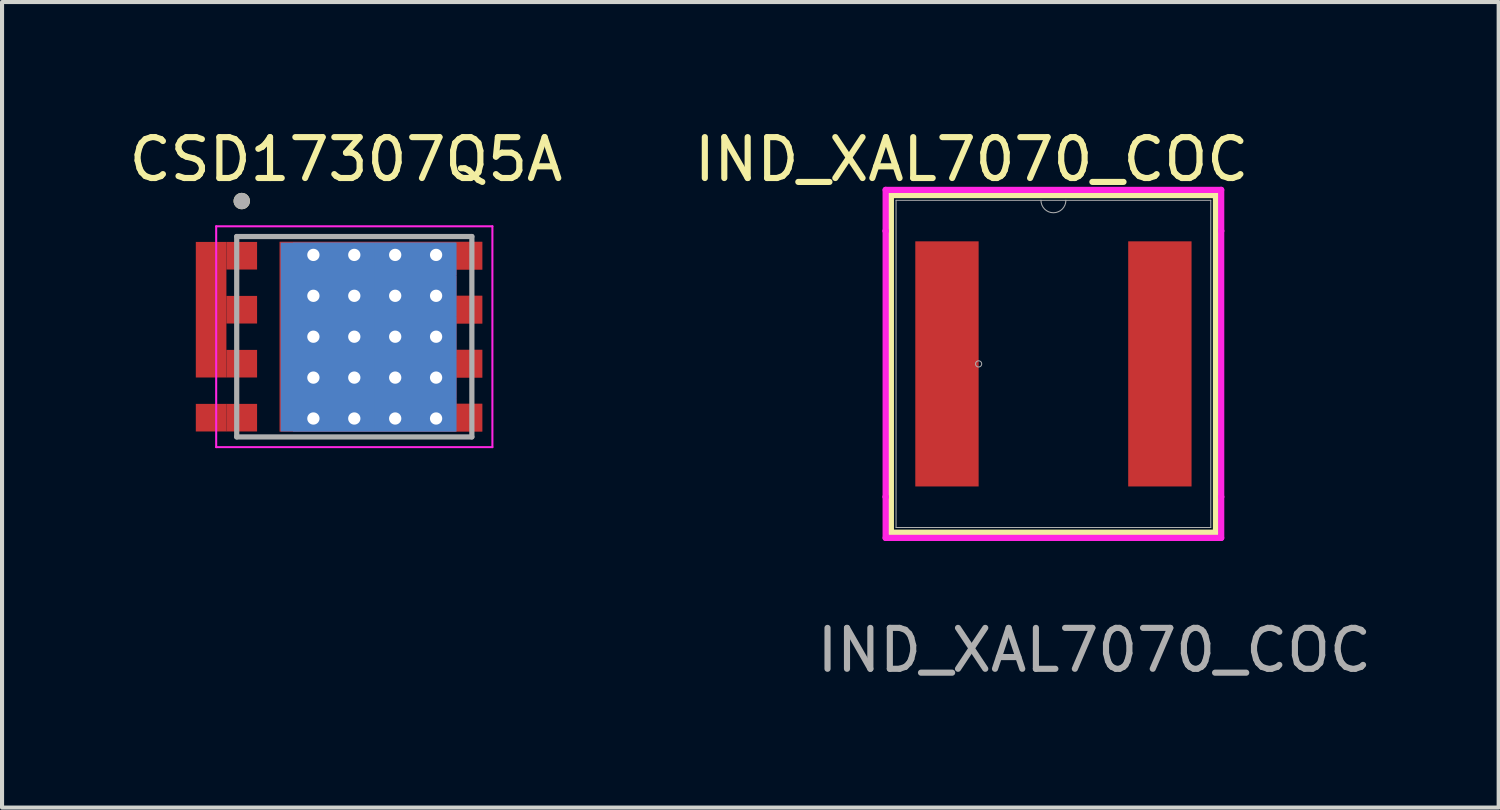
<source format=kicad_pcb>
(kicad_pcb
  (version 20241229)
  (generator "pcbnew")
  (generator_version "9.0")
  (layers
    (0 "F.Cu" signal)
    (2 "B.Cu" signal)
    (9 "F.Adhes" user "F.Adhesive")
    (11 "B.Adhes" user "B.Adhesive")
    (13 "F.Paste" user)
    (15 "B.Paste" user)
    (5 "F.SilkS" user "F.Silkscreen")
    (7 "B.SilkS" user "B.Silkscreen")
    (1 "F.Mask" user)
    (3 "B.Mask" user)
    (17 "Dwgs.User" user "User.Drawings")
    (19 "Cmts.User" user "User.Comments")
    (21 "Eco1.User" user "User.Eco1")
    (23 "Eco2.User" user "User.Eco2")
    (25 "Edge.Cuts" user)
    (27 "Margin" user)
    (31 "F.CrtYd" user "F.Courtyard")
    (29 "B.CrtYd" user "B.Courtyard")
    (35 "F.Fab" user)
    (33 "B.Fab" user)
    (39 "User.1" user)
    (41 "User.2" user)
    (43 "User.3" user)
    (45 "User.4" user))
  (footprint "IND_XAL7070_COC"
    (layer "F.Cu")
    (at 22.708 5.848)
    (property "Reference" "IND_XAL7070_COC" (at -2 -5 0) (unlocked yes) (layer "F.SilkS") (effects (font (size 1 1) (thickness 0.15))))
    (attr smd)
    (fp_line (start -3.975 -4.128) (end -3.975 4.128) (stroke (width 0.152) (type solid)) (layer "F.SilkS"))
    (fp_line (start -3.975 4.128) (end 3.975 4.128) (stroke (width 0.152) (type solid)) (layer "F.SilkS"))
    (fp_line (start 3.975 -4.128) (end -3.975 -4.128) (stroke (width 0.152) (type solid)) (layer "F.SilkS"))
    (fp_line (start 3.975 4.128) (end 3.975 -4.128) (stroke (width 0.152) (type solid)) (layer "F.SilkS"))
    (fp_line (start -4.102 -4.255) (end 4.102 -4.255) (stroke (width 0.152) (type solid)) (layer "F.CrtYd"))
    (fp_line (start -4.102 -3.251) (end -4.102 -4.255) (stroke (width 0.152) (type solid)) (layer "F.CrtYd"))
    (fp_line (start -4.102 -3.251) (end -4.102 -3.251) (stroke (width 0.152) (type solid)) (layer "F.CrtYd"))
    (fp_line (start -4.102 3.251) (end -4.102 -3.251) (stroke (width 0.152) (type solid)) (layer "F.CrtYd"))
    (fp_line (start -4.102 3.251) (end -4.102 3.251) (stroke (width 0.152) (type solid)) (layer "F.CrtYd"))
    (fp_line (start -4.102 4.255) (end -4.102 3.251) (stroke (width 0.152) (type solid)) (layer "F.CrtYd"))
    (fp_line (start 4.102 -4.255) (end 4.102 -3.251) (stroke (width 0.152) (type solid)) (layer "F.CrtYd"))
    (fp_line (start 4.102 -3.251) (end 4.102 -3.251) (stroke (width 0.152) (type solid)) (layer "F.CrtYd"))
    (fp_line (start 4.102 -3.251) (end 4.102 3.251) (stroke (width 0.152) (type solid)) (layer "F.CrtYd"))
    (fp_line (start 4.102 3.251) (end 4.102 3.251) (stroke (width 0.152) (type solid)) (layer "F.CrtYd"))
    (fp_line (start 4.102 3.251) (end 4.102 4.255) (stroke (width 0.152) (type solid)) (layer "F.CrtYd"))
    (fp_line (start 4.102 4.255) (end -4.102 4.255) (stroke (width 0.152) (type solid)) (layer "F.CrtYd"))
    (fp_line (start -3.848 -4) (end -3.848 4) (stroke (width 0.025) (type solid)) (layer "F.Fab"))
    (fp_line (start -3.848 4) (end 3.848 4) (stroke (width 0.025) (type solid)) (layer "F.Fab"))
    (fp_line (start 3.848 -4) (end -3.848 -4) (stroke (width 0.025) (type solid)) (layer "F.Fab"))
    (fp_line (start 3.848 4) (end 3.848 -4) (stroke (width 0.025) (type solid)) (layer "F.Fab"))
    (fp_arc (start 0.3048 -4.0005) (mid 0 -3.6957) (end -0.3048 -4.0005) (stroke (width 0.0254) (type solid)) (layer "F.Fab"))
    (fp_circle (center -1.829 0) (end -1.753 0) (stroke (width 0.025) (type solid)) (fill no) (layer "F.Fab"))
    (fp_text user "${REFERENCE}" (at 1 7 0) (unlocked yes) (layer "F.Fab") (effects (font (size 1 1) (thickness 0.15))))
    (pad "1" smd rect (at -2.603 0) (size 1.549 5.994) (layers "F.Cu" "F.Mask" "F.Paste"))
    (pad "2" smd rect (at 2.603 0) (size 1.549 5.994) (layers "F.Cu" "F.Mask" "F.Paste")))
  (footprint "CSD17307Q5A"
    (layer "F.Cu")
    (at 5.613 5.183)
    (property "Reference" "CSD17307Q5A" (at -0.203 -4.335 0) (layer "F.SilkS") (effects (font (size 1 1) (thickness 0.15))))
    (attr smd)
    (fp_poly (pts (xy -1.923 -2.417) (xy -1.923 2.417) (xy 3.228 2.417) (xy 3.228 1.542) (xy 2.572 1.542) (xy 2.572 1.097) (xy 3.228 1.097) (xy 3.228 0.223) (xy 2.572 0.223) (xy 2.572 -0.223) (xy 3.228 -0.223) (xy 3.228 -1.097) (xy 2.572 -1.097) (xy 2.572 -1.542) (xy 3.228 -1.542) (xy 3.228 -2.417)) (stroke (width 0.01) (type solid)) (fill yes) (layer "F.Mask"))
    (fp_circle (center -2.752 -3.317) (end -2.652 -3.317) (stroke (width 0.2) (type solid)) (fill no) (layer "F.SilkS"))
    (fp_poly (pts (xy -1.28 -1.775) (xy 0.05 -1.775) (xy 0.05 -0.275) (xy -1.28 -0.275)) (stroke (width 0.01) (type solid)) (fill yes) (layer "F.Paste"))
    (fp_poly (pts (xy -1.28 0.275) (xy 0.05 0.275) (xy 0.05 1.775) (xy -1.28 1.775)) (stroke (width 0.01) (type solid)) (fill yes) (layer "F.Paste"))
    (fp_poly (pts (xy 0.6 -1.775) (xy 1.93 -1.775) (xy 1.93 -0.275) (xy 0.6 -0.275)) (stroke (width 0.01) (type solid)) (fill yes) (layer "F.Paste"))
    (fp_poly (pts (xy 0.6 0.275) (xy 1.93 0.275) (xy 1.93 1.775) (xy 0.6 1.775)) (stroke (width 0.01) (type solid)) (fill yes) (layer "F.Paste"))
    (fp_poly (pts (xy 2.478 -2.317) (xy 3.127 -2.317) (xy 3.127 -1.643) (xy 2.478 -1.643)) (stroke (width 0.01) (type solid)) (fill yes) (layer "F.Paste"))
    (fp_poly (pts (xy 2.478 -0.998) (xy 3.127 -0.998) (xy 3.127 -0.323) (xy 2.478 -0.323)) (stroke (width 0.01) (type solid)) (fill yes) (layer "F.Paste"))
    (fp_poly (pts (xy 2.478 0.323) (xy 3.127 0.323) (xy 3.127 0.998) (xy 2.478 0.998)) (stroke (width 0.01) (type solid)) (fill yes) (layer "F.Paste"))
    (fp_poly (pts (xy 2.48 1.643) (xy 3.127 1.643) (xy 3.127 2.317) (xy 2.48 2.317)) (stroke (width 0.01) (type solid)) (fill yes) (layer "F.Paste"))
    (fp_line (start -3.377 -2.7) (end -3.377 2.7) (stroke (width 0.05) (type solid)) (layer "F.CrtYd"))
    (fp_line (start -3.377 2.7) (end 3.377 2.7) (stroke (width 0.05) (type solid)) (layer "F.CrtYd"))
    (fp_line (start 3.377 -2.7) (end -3.377 -2.7) (stroke (width 0.05) (type solid)) (layer "F.CrtYd"))
    (fp_line (start 3.377 2.7) (end 3.377 -2.7) (stroke (width 0.05) (type solid)) (layer "F.CrtYd"))
    (fp_line (start -2.875 -2.45) (end -2.875 2.45) (stroke (width 0.127) (type solid)) (layer "F.Fab"))
    (fp_line (start -2.875 2.45) (end 2.875 2.45) (stroke (width 0.127) (type solid)) (layer "F.Fab"))
    (fp_line (start 2.875 -2.45) (end -2.875 -2.45) (stroke (width 0.127) (type solid)) (layer "F.Fab"))
    (fp_line (start 2.875 2.45) (end 2.875 -2.45) (stroke (width 0.127) (type solid)) (layer "F.Fab"))
    (fp_circle (center -2.752 -3.317) (end -2.652 -3.317) (stroke (width 0.2) (type solid)) (fill no) (layer "F.Fab"))
    (pad "1" smd custom (at -3.501 -0.66) (size 0.748 3.315) (layers "F.Cu" "F.Paste") (options (anchor rect)) (primitives))
    (pad "1" smd custom (at -2.752 -1.98) (size 0.75 0.675) (layers "F.Cu" "F.Mask" "F.Paste") (options (anchor rect)) (primitives))
    (pad "1" smd custom (at -2.752 -0.66) (size 0.75 0.675) (layers "F.Cu" "F.Mask" "F.Paste") (options (anchor rect)) (primitives))
    (pad "1" smd custom (at -2.752 0.66) (size 0.75 0.675) (layers "F.Cu" "F.Mask" "F.Paste") (options (anchor rect)) (primitives))
    (pad "4" smd rect (at -3.5 1.98) (size 0.75 0.675) (layers "F.Cu" "F.Paste"))
    (pad "4" smd rect (at -2.752 1.98) (size 0.75 0.675) (layers "F.Cu" "F.Mask" "F.Paste"))
    (pad "5" thru_hole rect (at -1 -2) (size 1 0.8) (drill 0.3 (offset 0 0.1)) (property pad_prop_heatsink) (layers "*.Cu"))
    (pad "5" thru_hole rect (at -1 -1) (size 1 1) (drill 0.3) (property pad_prop_heatsink) (layers "*.Cu"))
    (pad "5" thru_hole rect (at -1 0) (size 1 1) (drill 0.3) (property pad_prop_heatsink) (layers "*.Cu"))
    (pad "5" thru_hole rect (at -1 1) (size 1 1) (drill 0.3) (property pad_prop_heatsink) (layers "*.Cu"))
    (pad "5" thru_hole rect (at -1 2) (size 1 0.818) (drill 0.3 (offset 0 -0.091)) (property pad_prop_heatsink) (layers "*.Cu"))
    (pad "5" thru_hole rect (at 0 -2) (size 1 0.8) (drill 0.3 (offset 0 0.1)) (property pad_prop_heatsink) (layers "*.Cu"))
    (pad "5" thru_hole rect (at 0 -1) (size 1 1) (drill 0.3) (property pad_prop_heatsink) (layers "*.Cu"))
    (pad "5" smd custom (at 0 0) (size 0.75 0.675) (layers "F.Cu") (options (anchor rect)) (primitives (gr_poly (pts (xy 3.127 -2.317) (xy -1.823 -2.317) (xy -1.823 2.317) (xy 3.127 2.317) (xy 3.127 1.643) (xy 2.473 1.643) (xy 2.473 0.998) (xy 3.127 0.998) (xy 3.127 0.323) (xy 2.473 0.323) (xy 2.473 -0.323) (xy 3.127 -0.323) (xy 3.127 -0.998) (xy 2.473 -0.998) (xy 2.473 -1.643) (xy 3.127 -1.643)) (width 0.01) (fill yes))))
    (pad "5" thru_hole rect (at 0 0) (size 1 1) (drill 0.3) (property pad_prop_heatsink) (layers "*.Cu"))
    (pad "5" thru_hole rect (at 0 1) (size 1 1) (drill 0.3) (property pad_prop_heatsink) (layers "*.Cu"))
    (pad "5" thru_hole rect (at 0 2) (size 1 0.818) (drill 0.3 (offset 0 -0.091)) (property pad_prop_heatsink) (layers "*.Cu"))
    (pad "5" smd rect (at 0.34 0.009) (size 4.28 4.617) (property pad_prop_heatsink) (layers "B.Cu" "B.Mask"))
    (pad "5" thru_hole rect (at 1 -2) (size 1 0.8) (drill 0.3 (offset 0 0.1)) (property pad_prop_heatsink) (layers "*.Cu"))
    (pad "5" thru_hole rect (at 1 -1) (size 1 1) (drill 0.3) (property pad_prop_heatsink) (layers "*.Cu"))
    (pad "5" thru_hole rect (at 1 0) (size 1 1) (drill 0.3) (property pad_prop_heatsink) (layers "*.Cu"))
    (pad "5" thru_hole rect (at 1 1) (size 1 1) (drill 0.3) (property pad_prop_heatsink) (layers "*.Cu"))
    (pad "5" thru_hole rect (at 1 2) (size 1 0.818) (drill 0.3 (offset 0 -0.091)) (property pad_prop_heatsink) (layers "*.Cu"))
    (pad "5" thru_hole rect (at 2 -2) (size 1 0.8) (drill 0.3 (offset 0 0.1)) (property pad_prop_heatsink) (layers "*.Cu"))
    (pad "5" thru_hole rect (at 2 -1) (size 1 1) (drill 0.3) (property pad_prop_heatsink) (layers "*.Cu"))
    (pad "5" thru_hole rect (at 2 0) (size 1 1) (drill 0.3) (property pad_prop_heatsink) (layers "*.Cu"))
    (pad "5" thru_hole rect (at 2 1) (size 1 1) (drill 0.3) (property pad_prop_heatsink) (layers "*.Cu"))
    (pad "5" thru_hole rect (at 2 2) (size 1 0.818) (drill 0.3 (offset 0 -0.091)) (property pad_prop_heatsink) (layers "*.Cu")))
  (gr_rect
    (start -3 -3)
    (end 33.595 16.697)
    (stroke (width 0.1) (type default))
    (fill no)
    (layer "Edge.Cuts")))
</source>
